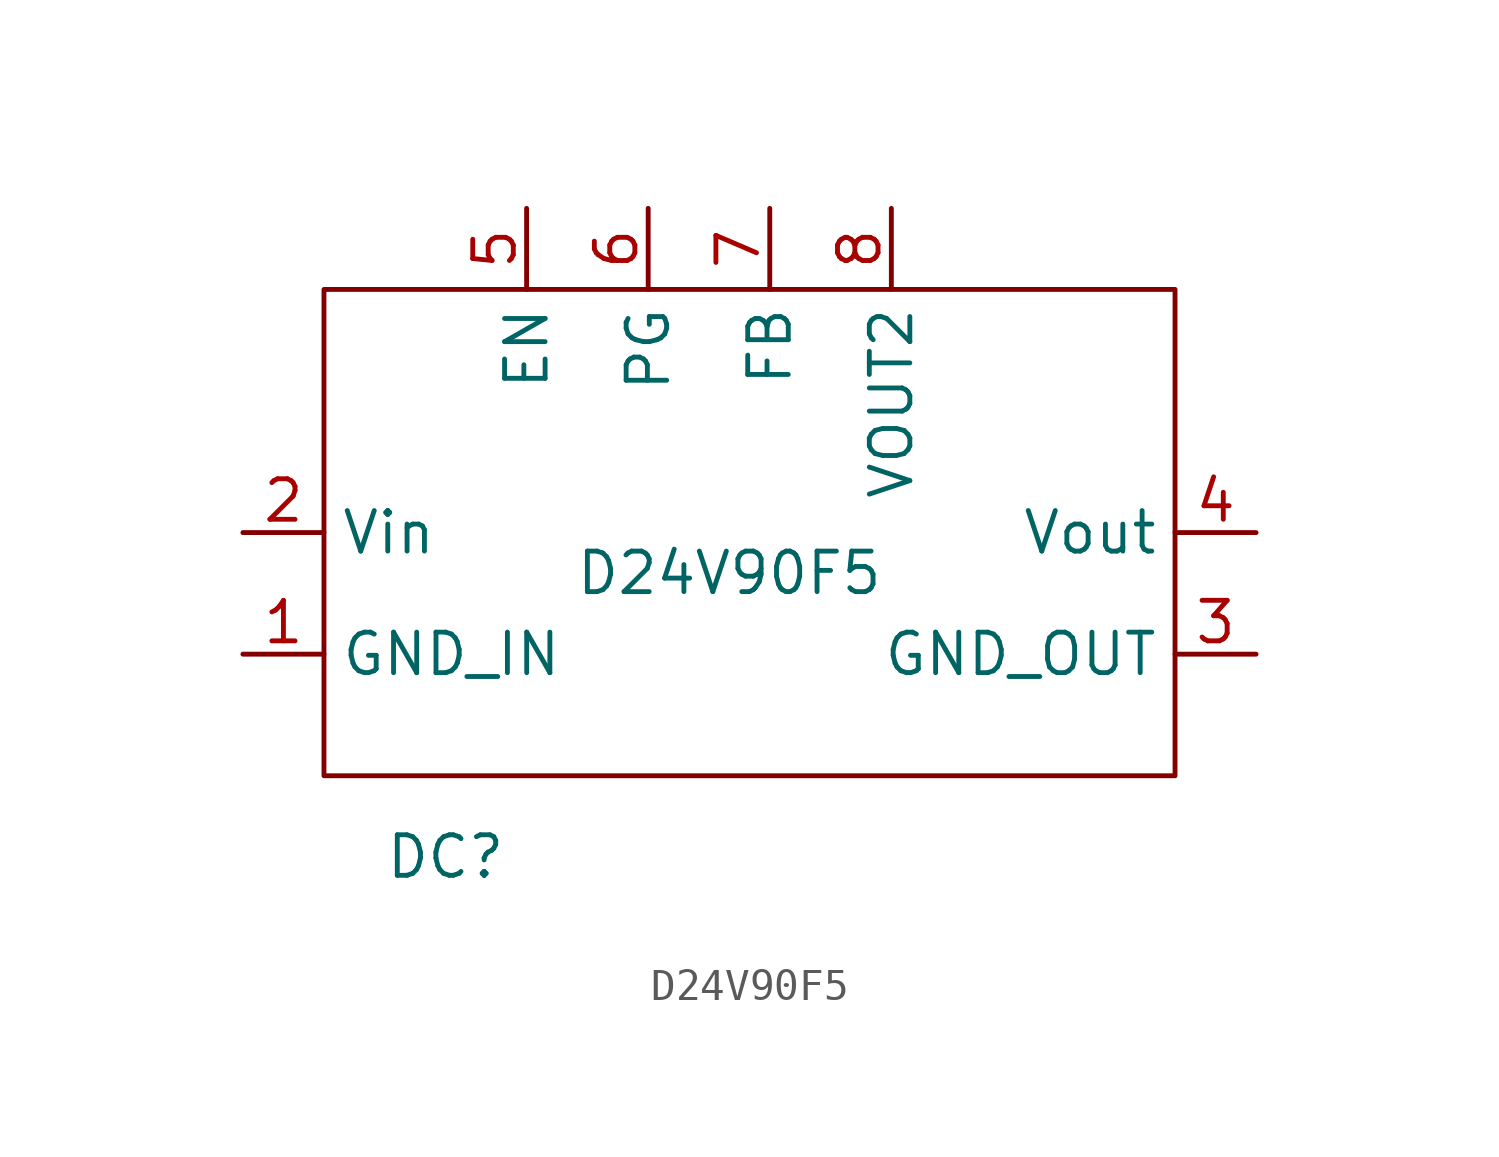
<source format=kicad_sym>
(kicad_symbol_lib
  (version 20211014)
  (generator kicad_symbol_editor)
  (symbol "D24V90F5"
    (property "Reference" "DC"
      (at -7.62 -12.7 0)
      (effects (font (size 1.27 1.27))))
    (property "Value" "D24V90F5"
      (at 1.27 -3.81 0)
      (effects (font (size 1.27 1.27))))
    (symbol "D24V90F5_0_1"
      (rectangle (start -11.43 5.08) (end 15.24 -10.16) (stroke (width 0) (type default) (color 0 0 0 0)) (fill (type none)))
      (pin passive line (at -13.97 -6.35 0) (length 2.54) (name "GND_IN" (effects (font (size 1.27 1.27)))) (number "1" (effects (font (size 1.27 1.27)))))
      (pin power_in line (at -13.97 -2.54 0) (length 2.54) (name "Vin" (effects (font (size 1.27 1.27)))) (number "2" (effects (font (size 1.27 1.27)))))
      (pin passive line (at 17.78 -6.35 180) (length 2.54) (name "GND_OUT" (effects (font (size 1.27 1.27)))) (number "3" (effects (font (size 1.27 1.27)))))
      (pin power_out line (at 17.78 -2.54 180) (length 2.54) (name "Vout" (effects (font (size 1.27 1.27)))) (number "4" (effects (font (size 1.27 1.27)))))
      (pin input line (at -5.08 7.62 270) (length 2.54) (name "EN" (effects (font (size 1.27 1.27)))) (number "5" (effects (font (size 1.27 1.27)))))
      (pin passive line (at -1.27 7.62 270) (length 2.54) (name "PG" (effects (font (size 1.27 1.27)))) (number "6" (effects (font (size 1.27 1.27)))))
      (pin passive line (at 2.54 7.62 270) (length 2.54) (name "FB" (effects (font (size 1.27 1.27)))) (number "7" (effects (font (size 1.27 1.27)))))
      (pin power_out line (at 6.35 7.62 270) (length 2.54) (name "VOUT2" (effects (font (size 1.27 1.27)))) (number "8" (effects (font (size 1.27 1.27))))))))
</source>
